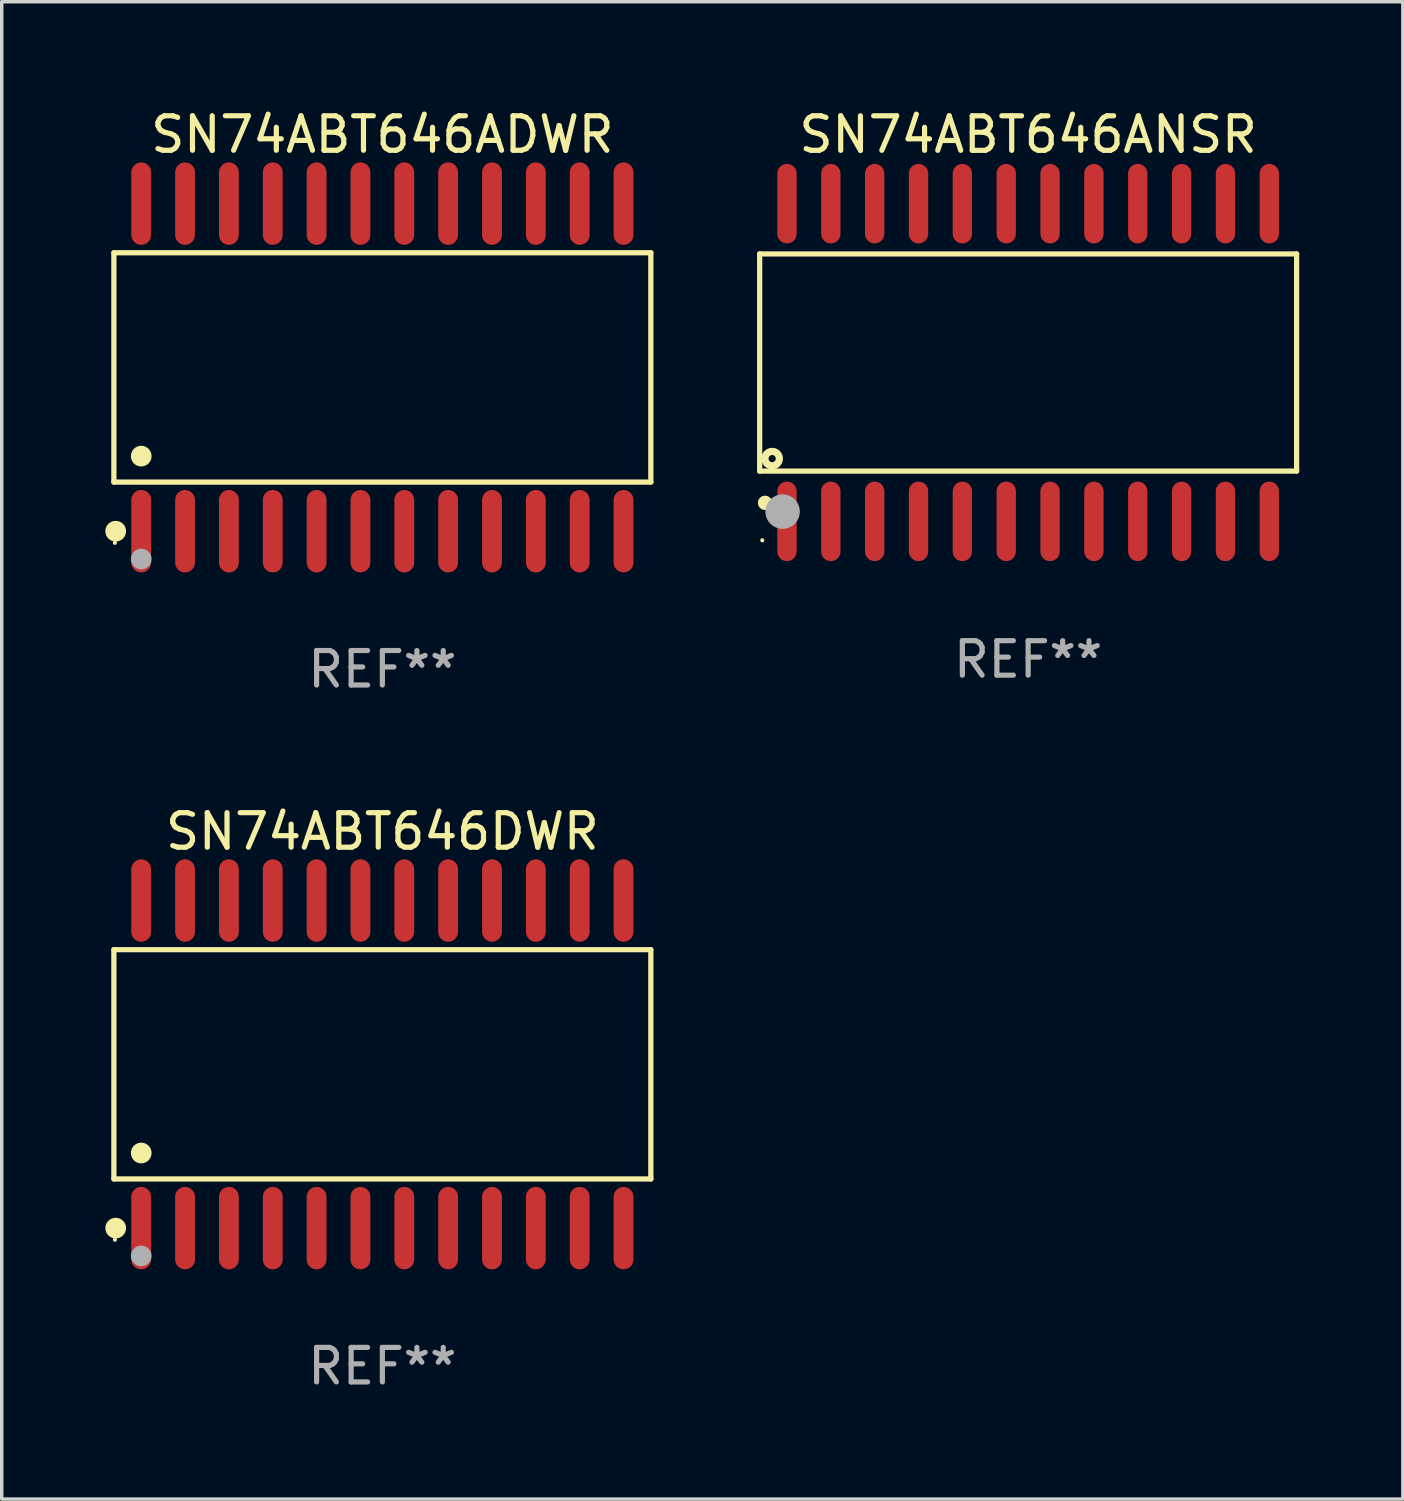
<source format=kicad_pcb>
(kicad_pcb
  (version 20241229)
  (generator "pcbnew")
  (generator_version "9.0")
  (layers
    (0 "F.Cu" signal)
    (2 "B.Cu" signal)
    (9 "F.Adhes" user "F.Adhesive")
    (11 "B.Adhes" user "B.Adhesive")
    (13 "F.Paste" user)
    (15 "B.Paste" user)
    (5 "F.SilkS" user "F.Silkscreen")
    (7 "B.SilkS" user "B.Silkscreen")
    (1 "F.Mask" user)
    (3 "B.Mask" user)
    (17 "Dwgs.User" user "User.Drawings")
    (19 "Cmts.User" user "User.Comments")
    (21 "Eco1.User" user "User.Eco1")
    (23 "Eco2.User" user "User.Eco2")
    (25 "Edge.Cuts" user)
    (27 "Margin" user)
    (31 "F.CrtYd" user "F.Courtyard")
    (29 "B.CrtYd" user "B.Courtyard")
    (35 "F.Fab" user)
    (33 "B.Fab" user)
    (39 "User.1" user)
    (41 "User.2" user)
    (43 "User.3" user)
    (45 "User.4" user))
  (footprint "SN74ABT646DWR"
    (layer "F.Cu")
    (at 8.025 27.777)
    (property "Reference" "SN74ABT646DWR" (at 0 -6.744 0) (layer "F.SilkS") (effects (font (size 1 1) (thickness 0.15))))
    (attr through_hole)
    (fp_line (start -7.776 -3.321) (end 7.776 -3.321) (stroke (width 0.152) (type solid)) (layer "F.SilkS"))
    (fp_line (start -7.776 3.321) (end -7.776 -3.321) (stroke (width 0.152) (type solid)) (layer "F.SilkS"))
    (fp_line (start 7.776 -3.321) (end 7.776 3.321) (stroke (width 0.152) (type solid)) (layer "F.SilkS"))
    (fp_line (start 7.776 3.321) (end -7.776 3.321) (stroke (width 0.152) (type solid)) (layer "F.SilkS"))
    (fp_circle (center -7.747 5.08) (end -7.717 5.08) (stroke (width 0.06) (type solid)) (fill no) (layer "F.SilkS"))
    (fp_circle (center -7.724 4.744) (end -7.574 4.744) (stroke (width 0.3) (type solid)) (fill no) (layer "F.SilkS"))
    (fp_circle (center -6.985 2.569) (end -6.835 2.569) (stroke (width 0.3) (type solid)) (fill no) (layer "F.SilkS"))
    (fp_circle (center -6.985 5.55) (end -6.835 5.55) (stroke (width 0.3) (type solid)) (fill no) (layer "F.Fab"))
    (fp_text user "REF**" (at 0 8.744 0) (layer "F.Fab") (effects (font (size 1 1) (thickness 0.15))))
    (pad "1" smd oval (at -6.985 4.744) (size 0.574 2.388) (layers "F.Cu" "F.Mask" "F.Paste"))
    (pad "2" smd oval (at -5.715 4.744) (size 0.574 2.388) (layers "F.Cu" "F.Mask" "F.Paste"))
    (pad "3" smd oval (at -4.445 4.744) (size 0.574 2.388) (layers "F.Cu" "F.Mask" "F.Paste"))
    (pad "4" smd oval (at -3.175 4.744) (size 0.574 2.388) (layers "F.Cu" "F.Mask" "F.Paste"))
    (pad "5" smd oval (at -1.905 4.744) (size 0.574 2.388) (layers "F.Cu" "F.Mask" "F.Paste"))
    (pad "6" smd oval (at -0.635 4.744) (size 0.574 2.388) (layers "F.Cu" "F.Mask" "F.Paste"))
    (pad "7" smd oval (at 0.635 4.744) (size 0.574 2.388) (layers "F.Cu" "F.Mask" "F.Paste"))
    (pad "8" smd oval (at 1.905 4.744) (size 0.574 2.388) (layers "F.Cu" "F.Mask" "F.Paste"))
    (pad "9" smd oval (at 3.175 4.744) (size 0.574 2.388) (layers "F.Cu" "F.Mask" "F.Paste"))
    (pad "10" smd oval (at 4.445 4.744) (size 0.574 2.388) (layers "F.Cu" "F.Mask" "F.Paste"))
    (pad "11" smd oval (at 5.715 4.744) (size 0.574 2.388) (layers "F.Cu" "F.Mask" "F.Paste"))
    (pad "12" smd oval (at 6.985 4.744) (size 0.574 2.388) (layers "F.Cu" "F.Mask" "F.Paste"))
    (pad "13" smd oval (at 6.985 -4.744) (size 0.574 2.388) (layers "F.Cu" "F.Mask" "F.Paste"))
    (pad "14" smd oval (at 5.715 -4.744) (size 0.574 2.388) (layers "F.Cu" "F.Mask" "F.Paste"))
    (pad "15" smd oval (at 4.445 -4.744) (size 0.574 2.388) (layers "F.Cu" "F.Mask" "F.Paste"))
    (pad "16" smd oval (at 3.175 -4.744) (size 0.574 2.388) (layers "F.Cu" "F.Mask" "F.Paste"))
    (pad "17" smd oval (at 1.905 -4.744) (size 0.574 2.388) (layers "F.Cu" "F.Mask" "F.Paste"))
    (pad "18" smd oval (at 0.635 -4.744) (size 0.574 2.388) (layers "F.Cu" "F.Mask" "F.Paste"))
    (pad "19" smd oval (at -0.635 -4.744) (size 0.574 2.388) (layers "F.Cu" "F.Mask" "F.Paste"))
    (pad "20" smd oval (at -1.905 -4.744) (size 0.574 2.388) (layers "F.Cu" "F.Mask" "F.Paste"))
    (pad "21" smd oval (at -3.175 -4.744) (size 0.574 2.388) (layers "F.Cu" "F.Mask" "F.Paste"))
    (pad "22" smd oval (at -4.445 -4.744) (size 0.574 2.388) (layers "F.Cu" "F.Mask" "F.Paste"))
    (pad "23" smd oval (at -5.715 -4.744) (size 0.574 2.388) (layers "F.Cu" "F.Mask" "F.Paste"))
    (pad "24" smd oval (at -6.985 -4.744) (size 0.574 2.388) (layers "F.Cu" "F.Mask" "F.Paste")))
  (footprint "SN74ABT646ANSR"
    (layer "F.Cu")
    (at 26.729 7.45)
    (property "Reference" "SN74ABT646ANSR" (at 0 -6.601 0) (layer "F.SilkS") (effects (font (size 1 1) (thickness 0.15))))
    (attr through_hole)
    (fp_line (start -7.776 -3.145) (end 7.776 -3.145) (stroke (width 0.152) (type solid)) (layer "F.SilkS"))
    (fp_line (start -7.776 3.145) (end -7.776 -3.145) (stroke (width 0.152) (type solid)) (layer "F.SilkS"))
    (fp_line (start 7.776 -3.145) (end 7.776 3.145) (stroke (width 0.152) (type solid)) (layer "F.SilkS"))
    (fp_line (start 7.776 3.145) (end -7.776 3.145) (stroke (width 0.152) (type solid)) (layer "F.SilkS"))
    (fp_circle (center -7.7 5.15) (end -7.67 5.15) (stroke (width 0.06) (type solid)) (fill no) (layer "F.SilkS"))
    (fp_circle (center -7.62 4.064) (end -7.515 4.064) (stroke (width 0.209) (type solid)) (fill no) (layer "F.SilkS"))
    (fp_circle (center -7.414 2.783) (end -7.31 2.783) (stroke (width 0.209) (type solid)) (fill no) (layer "F.SilkS"))
    (fp_circle (center -7.112 4.318) (end -6.862 4.318) (stroke (width 0.5) (type solid)) (fill no) (layer "F.Fab"))
    (fp_text user "REF**" (at 0 8.601 0) (layer "F.Fab") (effects (font (size 1 1) (thickness 0.15))))
    (pad "1" smd oval (at -6.985 4.601) (size 0.56 2.303) (layers "F.Cu" "F.Mask" "F.Paste"))
    (pad "2" smd oval (at -5.715 4.601) (size 0.56 2.303) (layers "F.Cu" "F.Mask" "F.Paste"))
    (pad "3" smd oval (at -4.445 4.601) (size 0.56 2.303) (layers "F.Cu" "F.Mask" "F.Paste"))
    (pad "4" smd oval (at -3.175 4.601) (size 0.56 2.303) (layers "F.Cu" "F.Mask" "F.Paste"))
    (pad "5" smd oval (at -1.905 4.601) (size 0.56 2.303) (layers "F.Cu" "F.Mask" "F.Paste"))
    (pad "6" smd oval (at -0.635 4.601) (size 0.56 2.303) (layers "F.Cu" "F.Mask" "F.Paste"))
    (pad "7" smd oval (at 0.635 4.601) (size 0.56 2.303) (layers "F.Cu" "F.Mask" "F.Paste"))
    (pad "8" smd oval (at 1.905 4.601) (size 0.56 2.303) (layers "F.Cu" "F.Mask" "F.Paste"))
    (pad "9" smd oval (at 3.175 4.601) (size 0.56 2.303) (layers "F.Cu" "F.Mask" "F.Paste"))
    (pad "10" smd oval (at 4.445 4.601) (size 0.56 2.303) (layers "F.Cu" "F.Mask" "F.Paste"))
    (pad "11" smd oval (at 5.715 4.601) (size 0.56 2.303) (layers "F.Cu" "F.Mask" "F.Paste"))
    (pad "12" smd oval (at 6.985 4.601) (size 0.56 2.303) (layers "F.Cu" "F.Mask" "F.Paste"))
    (pad "13" smd oval (at 6.985 -4.601) (size 0.56 2.303) (layers "F.Cu" "F.Mask" "F.Paste"))
    (pad "14" smd oval (at 5.715 -4.601) (size 0.56 2.303) (layers "F.Cu" "F.Mask" "F.Paste"))
    (pad "15" smd oval (at 4.445 -4.601) (size 0.56 2.303) (layers "F.Cu" "F.Mask" "F.Paste"))
    (pad "16" smd oval (at 3.175 -4.601) (size 0.56 2.303) (layers "F.Cu" "F.Mask" "F.Paste"))
    (pad "17" smd oval (at 1.905 -4.601) (size 0.56 2.303) (layers "F.Cu" "F.Mask" "F.Paste"))
    (pad "18" smd oval (at 0.635 -4.601) (size 0.56 2.303) (layers "F.Cu" "F.Mask" "F.Paste"))
    (pad "19" smd oval (at -0.635 -4.601) (size 0.56 2.303) (layers "F.Cu" "F.Mask" "F.Paste"))
    (pad "20" smd oval (at -1.905 -4.601) (size 0.56 2.303) (layers "F.Cu" "F.Mask" "F.Paste"))
    (pad "21" smd oval (at -3.175 -4.601) (size 0.56 2.303) (layers "F.Cu" "F.Mask" "F.Paste"))
    (pad "22" smd oval (at -4.445 -4.601) (size 0.56 2.303) (layers "F.Cu" "F.Mask" "F.Paste"))
    (pad "23" smd oval (at -5.715 -4.601) (size 0.56 2.303) (layers "F.Cu" "F.Mask" "F.Paste"))
    (pad "24" smd oval (at -6.985 -4.601) (size 0.56 2.303) (layers "F.Cu" "F.Mask" "F.Paste")))
  (footprint "SN74ABT646ADWR"
    (layer "F.Cu")
    (at 8.025 7.592)
    (property "Reference" "SN74ABT646ADWR" (at 0 -6.744 0) (layer "F.SilkS") (effects (font (size 1 1) (thickness 0.15))))
    (attr through_hole)
    (fp_line (start -7.776 -3.321) (end 7.776 -3.321) (stroke (width 0.152) (type solid)) (layer "F.SilkS"))
    (fp_line (start -7.776 3.321) (end -7.776 -3.321) (stroke (width 0.152) (type solid)) (layer "F.SilkS"))
    (fp_line (start 7.776 -3.321) (end 7.776 3.321) (stroke (width 0.152) (type solid)) (layer "F.SilkS"))
    (fp_line (start 7.776 3.321) (end -7.776 3.321) (stroke (width 0.152) (type solid)) (layer "F.SilkS"))
    (fp_circle (center -7.747 5.08) (end -7.717 5.08) (stroke (width 0.06) (type solid)) (fill no) (layer "F.SilkS"))
    (fp_circle (center -7.724 4.744) (end -7.574 4.744) (stroke (width 0.3) (type solid)) (fill no) (layer "F.SilkS"))
    (fp_circle (center -6.985 2.569) (end -6.835 2.569) (stroke (width 0.3) (type solid)) (fill no) (layer "F.SilkS"))
    (fp_circle (center -6.985 5.55) (end -6.835 5.55) (stroke (width 0.3) (type solid)) (fill no) (layer "F.Fab"))
    (fp_text user "REF**" (at 0 8.744 0) (layer "F.Fab") (effects (font (size 1 1) (thickness 0.15))))
    (pad "1" smd oval (at -6.985 4.744) (size 0.574 2.388) (layers "F.Cu" "F.Mask" "F.Paste"))
    (pad "2" smd oval (at -5.715 4.744) (size 0.574 2.388) (layers "F.Cu" "F.Mask" "F.Paste"))
    (pad "3" smd oval (at -4.445 4.744) (size 0.574 2.388) (layers "F.Cu" "F.Mask" "F.Paste"))
    (pad "4" smd oval (at -3.175 4.744) (size 0.574 2.388) (layers "F.Cu" "F.Mask" "F.Paste"))
    (pad "5" smd oval (at -1.905 4.744) (size 0.574 2.388) (layers "F.Cu" "F.Mask" "F.Paste"))
    (pad "6" smd oval (at -0.635 4.744) (size 0.574 2.388) (layers "F.Cu" "F.Mask" "F.Paste"))
    (pad "7" smd oval (at 0.635 4.744) (size 0.574 2.388) (layers "F.Cu" "F.Mask" "F.Paste"))
    (pad "8" smd oval (at 1.905 4.744) (size 0.574 2.388) (layers "F.Cu" "F.Mask" "F.Paste"))
    (pad "9" smd oval (at 3.175 4.744) (size 0.574 2.388) (layers "F.Cu" "F.Mask" "F.Paste"))
    (pad "10" smd oval (at 4.445 4.744) (size 0.574 2.388) (layers "F.Cu" "F.Mask" "F.Paste"))
    (pad "11" smd oval (at 5.715 4.744) (size 0.574 2.388) (layers "F.Cu" "F.Mask" "F.Paste"))
    (pad "12" smd oval (at 6.985 4.744) (size 0.574 2.388) (layers "F.Cu" "F.Mask" "F.Paste"))
    (pad "13" smd oval (at 6.985 -4.744) (size 0.574 2.388) (layers "F.Cu" "F.Mask" "F.Paste"))
    (pad "14" smd oval (at 5.715 -4.744) (size 0.574 2.388) (layers "F.Cu" "F.Mask" "F.Paste"))
    (pad "15" smd oval (at 4.445 -4.744) (size 0.574 2.388) (layers "F.Cu" "F.Mask" "F.Paste"))
    (pad "16" smd oval (at 3.175 -4.744) (size 0.574 2.388) (layers "F.Cu" "F.Mask" "F.Paste"))
    (pad "17" smd oval (at 1.905 -4.744) (size 0.574 2.388) (layers "F.Cu" "F.Mask" "F.Paste"))
    (pad "18" smd oval (at 0.635 -4.744) (size 0.574 2.388) (layers "F.Cu" "F.Mask" "F.Paste"))
    (pad "19" smd oval (at -0.635 -4.744) (size 0.574 2.388) (layers "F.Cu" "F.Mask" "F.Paste"))
    (pad "20" smd oval (at -1.905 -4.744) (size 0.574 2.388) (layers "F.Cu" "F.Mask" "F.Paste"))
    (pad "21" smd oval (at -3.175 -4.744) (size 0.574 2.388) (layers "F.Cu" "F.Mask" "F.Paste"))
    (pad "22" smd oval (at -4.445 -4.744) (size 0.574 2.388) (layers "F.Cu" "F.Mask" "F.Paste"))
    (pad "23" smd oval (at -5.715 -4.744) (size 0.574 2.388) (layers "F.Cu" "F.Mask" "F.Paste"))
    (pad "24" smd oval (at -6.985 -4.744) (size 0.574 2.388) (layers "F.Cu" "F.Mask" "F.Paste")))
  (gr_rect
    (start -3 -3)
    (end 37.582 40.369)
    (stroke (width 0.1) (type default))
    (fill no)
    (layer "Edge.Cuts")))
</source>
